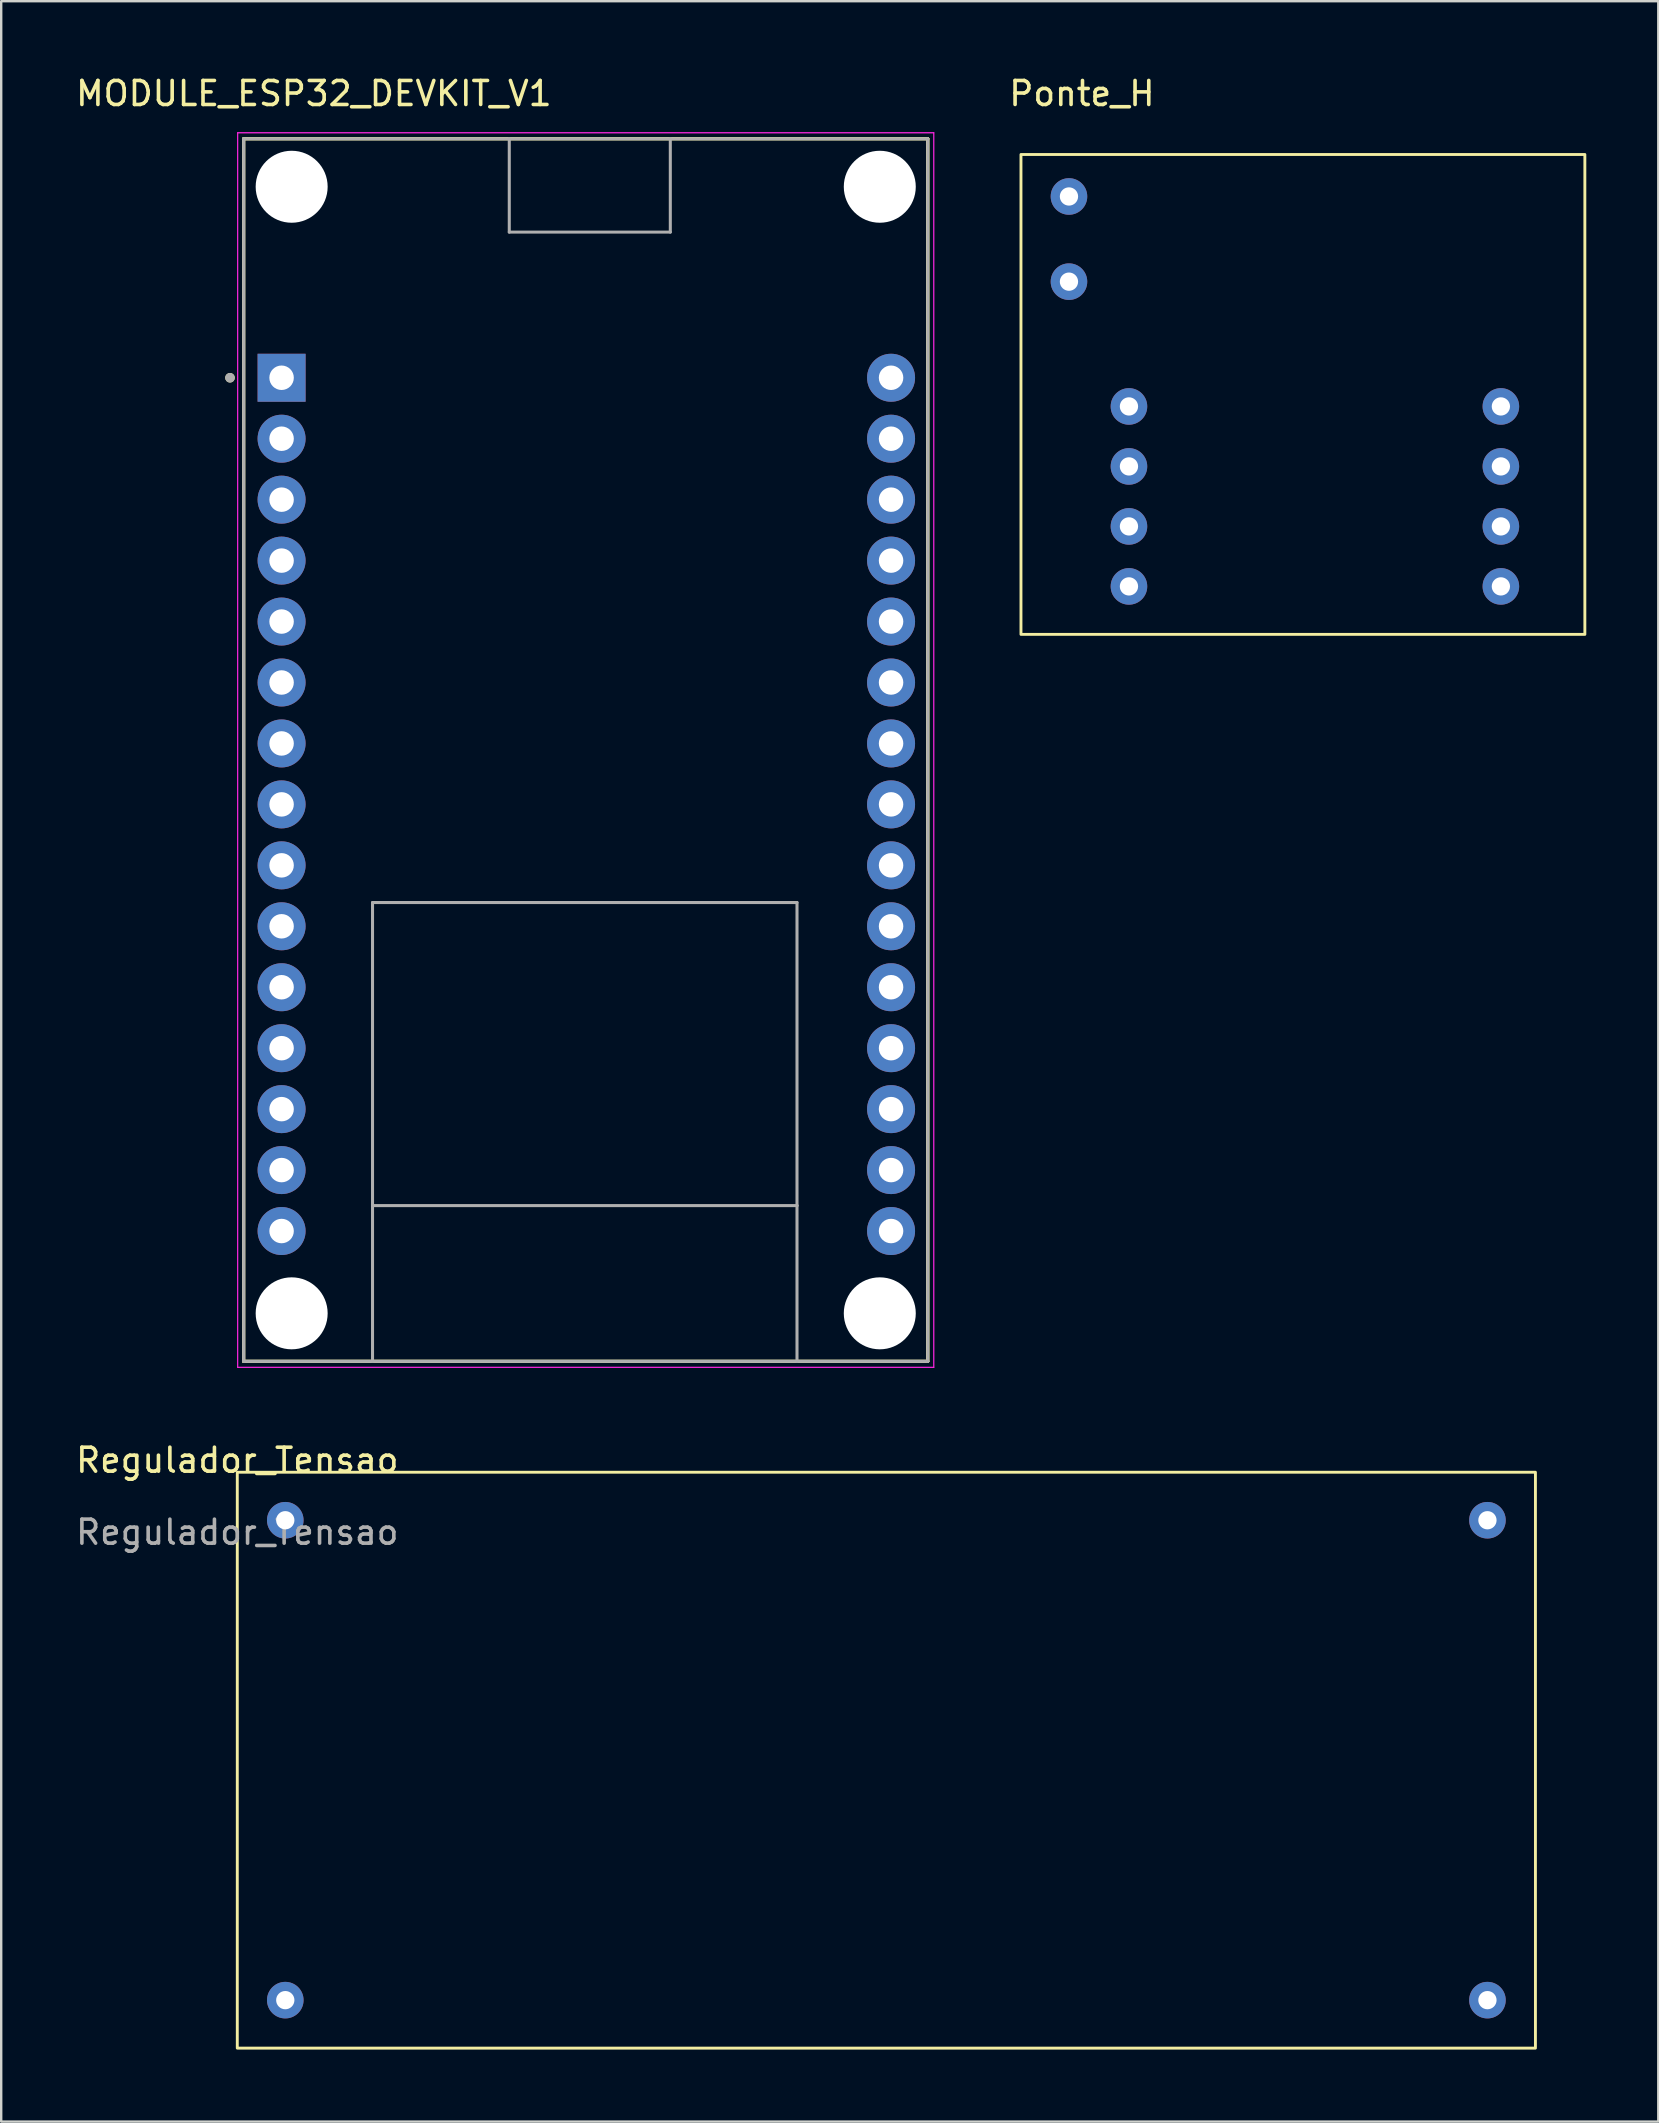
<source format=kicad_pcb>
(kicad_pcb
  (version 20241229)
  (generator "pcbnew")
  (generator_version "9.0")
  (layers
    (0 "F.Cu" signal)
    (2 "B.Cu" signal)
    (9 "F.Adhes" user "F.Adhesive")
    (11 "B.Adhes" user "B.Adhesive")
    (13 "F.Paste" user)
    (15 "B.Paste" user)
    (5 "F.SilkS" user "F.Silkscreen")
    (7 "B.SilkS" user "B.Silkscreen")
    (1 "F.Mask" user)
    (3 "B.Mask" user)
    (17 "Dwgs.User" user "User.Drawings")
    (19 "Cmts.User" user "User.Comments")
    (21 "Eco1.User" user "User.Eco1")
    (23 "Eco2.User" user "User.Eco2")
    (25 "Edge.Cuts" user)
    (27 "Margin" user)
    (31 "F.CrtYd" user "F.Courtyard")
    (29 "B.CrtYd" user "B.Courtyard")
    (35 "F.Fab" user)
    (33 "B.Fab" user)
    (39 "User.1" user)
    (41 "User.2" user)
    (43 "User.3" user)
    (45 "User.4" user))
  (footprint "Ponte_H"
    (layer "F.Cu")
    (at 39.499 3.388)
    (property "Reference" "Ponte_H" (at 2.54 -2.54 0) (unlocked yes) (layer "F.SilkS") (effects (font (size 1 1) (thickness 0.15))))
    (attr through_hole)
    (fp_rect (start 0 0) (end 23.5 20) (stroke (width 0.12) (type solid)) (fill no) (layer "F.SilkS"))
    (pad "1" thru_hole circle (at 2 1.75) (size 1.524 1.524) (drill 0.762) (layers "*.Cu" "*.Mask"))
    (pad "2" thru_hole circle (at 2 5.3) (size 1.524 1.524) (drill 0.762) (layers "*.Cu" "*.Mask"))
    (pad "3" thru_hole circle (at 4.5 10.5) (size 1.524 1.524) (drill 0.762) (layers "*.Cu" "*.Mask"))
    (pad "4" thru_hole circle (at 4.5 13) (size 1.524 1.524) (drill 0.762) (layers "*.Cu" "*.Mask"))
    (pad "5" thru_hole circle (at 4.5 15.5) (size 1.524 1.524) (drill 0.762) (layers "*.Cu" "*.Mask"))
    (pad "6" thru_hole circle (at 4.5 18) (size 1.524 1.524) (drill 0.762) (layers "*.Cu" "*.Mask"))
    (pad "8" thru_hole circle (at 20 10.5) (size 1.524 1.524) (drill 0.762) (layers "*.Cu" "*.Mask"))
    (pad "9" thru_hole circle (at 20 13) (size 1.524 1.524) (drill 0.762) (layers "*.Cu" "*.Mask"))
    (pad "10" thru_hole circle (at 20 15.5) (size 1.524 1.524) (drill 0.762) (layers "*.Cu" "*.Mask"))
    (pad "11" thru_hole circle (at 20 18) (size 1.524 1.524) (drill 0.762) (layers "*.Cu" "*.Mask")))
  (footprint "MODULE_ESP32_DEVKIT_V1"
    (layer "F.Cu")
    (at 21.385 28.208)
    (property "Reference" "MODULE_ESP32_DEVKIT_V1" (at -11.355 -27.36 0) (layer "F.SilkS") (effects (font (size 1 1) (thickness 0.15))))
    (attr through_hole)
    (fp_line (start -14.28 -25.475) (end -3.211 -25.475) (stroke (width 0.127) (type solid)) (layer "F.SilkS"))
    (fp_line (start -14.28 -25.475) (end 14.23 -25.475) (stroke (width 0.127) (type solid)) (layer "F.SilkS"))
    (fp_line (start -14.28 25.475) (end -14.28 -25.475) (stroke (width 0.127) (type solid)) (layer "F.SilkS"))
    (fp_line (start -14.28 25.475) (end -14.28 -25.475) (stroke (width 0.127) (type solid)) (layer "F.SilkS"))
    (fp_line (start -14.28 25.475) (end -8.91 25.475) (stroke (width 0.127) (type solid)) (layer "F.SilkS"))
    (fp_line (start -8.91 25.475) (end 8.78 25.475) (stroke (width 0.127) (type solid)) (layer "F.SilkS"))
    (fp_line (start -3.211 -25.475) (end 3.5 -25.475) (stroke (width 0.127) (type solid)) (layer "F.SilkS"))
    (fp_line (start 3.5 -25.475) (end 14.23 -25.475) (stroke (width 0.127) (type solid)) (layer "F.SilkS"))
    (fp_line (start 8.78 25.475) (end 14.23 25.475) (stroke (width 0.127) (type solid)) (layer "F.SilkS"))
    (fp_line (start 14.23 -25.475) (end 14.23 25.475) (stroke (width 0.127) (type solid)) (layer "F.SilkS"))
    (fp_line (start 14.23 -25.475) (end 14.23 25.475) (stroke (width 0.127) (type solid)) (layer "F.SilkS"))
    (fp_line (start 14.23 25.475) (end -14.28 25.475) (stroke (width 0.127) (type solid)) (layer "F.SilkS"))
    (fp_circle (center -14.85 -15.515) (end -14.75 -15.515) (stroke (width 0.2) (type solid)) (fill no) (layer "F.SilkS"))
    (fp_line (start -14.53 -25.725) (end -14.53 25.725) (stroke (width 0.05) (type solid)) (layer "F.CrtYd"))
    (fp_line (start -14.53 25.725) (end 14.48 25.725) (stroke (width 0.05) (type solid)) (layer "F.CrtYd"))
    (fp_line (start 14.48 -25.725) (end -14.53 -25.725) (stroke (width 0.05) (type solid)) (layer "F.CrtYd"))
    (fp_line (start 14.48 25.725) (end 14.48 -25.725) (stroke (width 0.05) (type solid)) (layer "F.CrtYd"))
    (fp_line (start -14.28 -25.475) (end -3.211 -25.475) (stroke (width 0.127) (type solid)) (layer "F.Fab"))
    (fp_line (start -14.28 25.475) (end -14.28 -25.475) (stroke (width 0.127) (type solid)) (layer "F.Fab"))
    (fp_line (start -14.28 25.475) (end -8.91 25.475) (stroke (width 0.127) (type solid)) (layer "F.Fab"))
    (fp_line (start -8.91 6.355) (end 8.78 6.355) (stroke (width 0.127) (type solid)) (layer "F.Fab"))
    (fp_line (start -8.91 18.985) (end -8.91 6.355) (stroke (width 0.127) (type solid)) (layer "F.Fab"))
    (fp_line (start -8.91 18.985) (end 8.78 18.985) (stroke (width 0.127) (type solid)) (layer "F.Fab"))
    (fp_line (start -8.91 25.475) (end -8.91 18.985) (stroke (width 0.127) (type solid)) (layer "F.Fab"))
    (fp_line (start -8.91 25.475) (end 8.78 25.475) (stroke (width 0.127) (type solid)) (layer "F.Fab"))
    (fp_line (start -3.211 -25.475) (end 3.5 -25.475) (stroke (width 0.127) (type solid)) (layer "F.Fab"))
    (fp_line (start -3.211 -21.585) (end -3.211 -25.475) (stroke (width 0.127) (type solid)) (layer "F.Fab"))
    (fp_line (start 3.5 -25.475) (end 3.5 -21.585) (stroke (width 0.127) (type solid)) (layer "F.Fab"))
    (fp_line (start 3.5 -25.475) (end 14.23 -25.475) (stroke (width 0.127) (type solid)) (layer "F.Fab"))
    (fp_line (start 3.5 -21.585) (end -3.211 -21.585) (stroke (width 0.127) (type solid)) (layer "F.Fab"))
    (fp_line (start 8.78 6.355) (end 8.78 18.985) (stroke (width 0.127) (type solid)) (layer "F.Fab"))
    (fp_line (start 8.78 18.985) (end 8.78 25.475) (stroke (width 0.127) (type solid)) (layer "F.Fab"))
    (fp_line (start 8.78 25.475) (end 14.23 25.475) (stroke (width 0.127) (type solid)) (layer "F.Fab"))
    (fp_line (start 14.23 -25.475) (end 14.23 25.475) (stroke (width 0.127) (type solid)) (layer "F.Fab"))
    (fp_circle (center -14.85 -15.515) (end -14.75 -15.515) (stroke (width 0.2) (type solid)) (fill no) (layer "F.Fab"))
    (pad "" np_thru_hole circle (at -12.28 -23.475) (size 3 3) (drill 3) (layers "*.Cu" "*.Mask"))
    (pad "" np_thru_hole circle (at -12.28 23.475) (size 3 3) (drill 3) (layers "*.Cu" "*.Mask"))
    (pad "" np_thru_hole circle (at 12.23 -23.475) (size 3 3) (drill 3) (layers "*.Cu" "*.Mask"))
    (pad "" np_thru_hole circle (at 12.23 23.475) (size 3 3) (drill 3) (layers "*.Cu" "*.Mask"))
    (pad "1" thru_hole rect (at -12.7 -15.515) (size 2 2) (drill 1.02) (layers "*.Cu" "*.Mask"))
    (pad "2" thru_hole circle (at -12.7 -12.975) (size 2 2) (drill 1.02) (layers "*.Cu" "*.Mask"))
    (pad "3" thru_hole circle (at -12.7 -10.435) (size 2 2) (drill 1.02) (layers "*.Cu" "*.Mask"))
    (pad "4" thru_hole circle (at -12.7 -7.895) (size 2 2) (drill 1.02) (layers "*.Cu" "*.Mask"))
    (pad "5" thru_hole circle (at -12.7 -5.355) (size 2 2) (drill 1.02) (layers "*.Cu" "*.Mask"))
    (pad "6" thru_hole circle (at -12.7 -2.815) (size 2 2) (drill 1.02) (layers "*.Cu" "*.Mask"))
    (pad "7" thru_hole circle (at -12.7 -0.275) (size 2 2) (drill 1.02) (layers "*.Cu" "*.Mask"))
    (pad "8" thru_hole circle (at -12.7 2.265) (size 2 2) (drill 1.02) (layers "*.Cu" "*.Mask"))
    (pad "9" thru_hole circle (at -12.7 4.805) (size 2 2) (drill 1.02) (layers "*.Cu" "*.Mask"))
    (pad "10" thru_hole circle (at -12.7 7.345) (size 2 2) (drill 1.02) (layers "*.Cu" "*.Mask"))
    (pad "11" thru_hole circle (at -12.7 9.885) (size 2 2) (drill 1.02) (layers "*.Cu" "*.Mask"))
    (pad "12" thru_hole circle (at -12.7 12.425) (size 2 2) (drill 1.02) (layers "*.Cu" "*.Mask"))
    (pad "13" thru_hole circle (at -12.7 14.965) (size 2 2) (drill 1.02) (layers "*.Cu" "*.Mask"))
    (pad "14" thru_hole circle (at -12.7 17.505) (size 2 2) (drill 1.02) (layers "*.Cu" "*.Mask"))
    (pad "15" thru_hole circle (at -12.7 20.045) (size 2 2) (drill 1.02) (layers "*.Cu" "*.Mask"))
    (pad "16" thru_hole circle (at 12.7 20.045) (size 2 2) (drill 1.02) (layers "*.Cu" "*.Mask"))
    (pad "17" thru_hole circle (at 12.7 17.505) (size 2 2) (drill 1.02) (layers "*.Cu" "*.Mask"))
    (pad "18" thru_hole circle (at 12.7 14.965) (size 2 2) (drill 1.02) (layers "*.Cu" "*.Mask"))
    (pad "19" thru_hole circle (at 12.7 12.425) (size 2 2) (drill 1.02) (layers "*.Cu" "*.Mask"))
    (pad "20" thru_hole circle (at 12.7 9.885) (size 2 2) (drill 1.02) (layers "*.Cu" "*.Mask"))
    (pad "21" thru_hole circle (at 12.7 7.345) (size 2 2) (drill 1.02) (layers "*.Cu" "*.Mask"))
    (pad "22" thru_hole circle (at 12.7 4.805) (size 2 2) (drill 1.02) (layers "*.Cu" "*.Mask"))
    (pad "23" thru_hole circle (at 12.7 2.265) (size 2 2) (drill 1.02) (layers "*.Cu" "*.Mask"))
    (pad "24" thru_hole circle (at 12.7 -0.275) (size 2 2) (drill 1.02) (layers "*.Cu" "*.Mask"))
    (pad "25" thru_hole circle (at 12.7 -2.815) (size 2 2) (drill 1.02) (layers "*.Cu" "*.Mask"))
    (pad "26" thru_hole circle (at 12.7 -5.355) (size 2 2) (drill 1.02) (layers "*.Cu" "*.Mask"))
    (pad "27" thru_hole circle (at 12.7 -7.895) (size 2 2) (drill 1.02) (layers "*.Cu" "*.Mask"))
    (pad "28" thru_hole circle (at 12.7 -10.435) (size 2 2) (drill 1.02) (layers "*.Cu" "*.Mask"))
    (pad "29" thru_hole circle (at 12.7 -12.975) (size 2 2) (drill 1.02) (layers "*.Cu" "*.Mask"))
    (pad "30" thru_hole circle (at 12.7 -15.515) (size 2 2) (drill 1.02) (layers "*.Cu" "*.Mask"))
    (zone (net_name "") (layer "F.Cu") (hatch full 0.508) (connect_pads) (min_thickness 0.01) (filled_areas_thickness no) (keepout (tracks not_allowed) (vias not_allowed) (pads not_allowed) (copperpour not_allowed) (footprints allowed)) (placement (enabled no)) (fill) (polygon (pts (xy 12.475 47.193) (xy 30.165 47.193) (xy 30.165 53.683) (xy 12.475 53.683))))
    (zone (net_name "") (layers "F.Cu" "B.Cu") (hatch full 0.508) (connect_pads) (min_thickness 0.01) (filled_areas_thickness no) (keepout (tracks allowed) (vias not_allowed) (pads allowed) (copperpour allowed) (footprints allowed)) (placement (enabled no)) (fill) (polygon (pts (xy 12.475 47.193) (xy 30.165 47.193) (xy 30.165 53.683) (xy 12.475 53.683))))
    (zone (net_name "") (layer "B.Cu") (hatch full 0.508) (connect_pads) (min_thickness 0.01) (filled_areas_thickness no) (keepout (tracks not_allowed) (vias not_allowed) (pads not_allowed) (copperpour not_allowed) (footprints allowed)) (placement (enabled no)) (fill) (polygon (pts (xy 12.475 47.193) (xy 30.165 47.193) (xy 30.165 53.683) (xy 12.475 53.683)))))
  (footprint "Regulador_Tensao"
    (layer "F.Cu")
    (at 6.839 58.306)
    (property "Reference" "Regulador_Tensao" (at 0 -0.5 0) (unlocked yes) (layer "F.SilkS") (effects (font (size 1 1) (thickness 0.15))))
    (attr through_hole)
    (fp_rect (start 0 0) (end 54.1 24) (stroke (width 0.12) (type solid)) (fill no) (layer "F.SilkS"))
    (fp_text user "${REFERENCE}" (at 0 2.5 0) (unlocked yes) (layer "F.Fab") (effects (font (size 1 1) (thickness 0.15))))
    (pad "1" thru_hole circle (at 2 2) (size 1.524 1.524) (drill 0.762) (layers "*.Cu" "*.Mask"))
    (pad "2" thru_hole circle (at 2 22) (size 1.524 1.524) (drill 0.762) (layers "*.Cu" "*.Mask"))
    (pad "3" thru_hole circle (at 52.1 2) (size 1.524 1.524) (drill 0.762) (layers "*.Cu" "*.Mask"))
    (pad "4" thru_hole circle (at 52.1 22) (size 1.524 1.524) (drill 0.762) (layers "*.Cu" "*.Mask")))
  (gr_rect
    (start -3 -3)
    (end 66.059 85.367)
    (stroke (width 0.1) (type default))
    (fill no)
    (layer "Edge.Cuts")))
</source>
